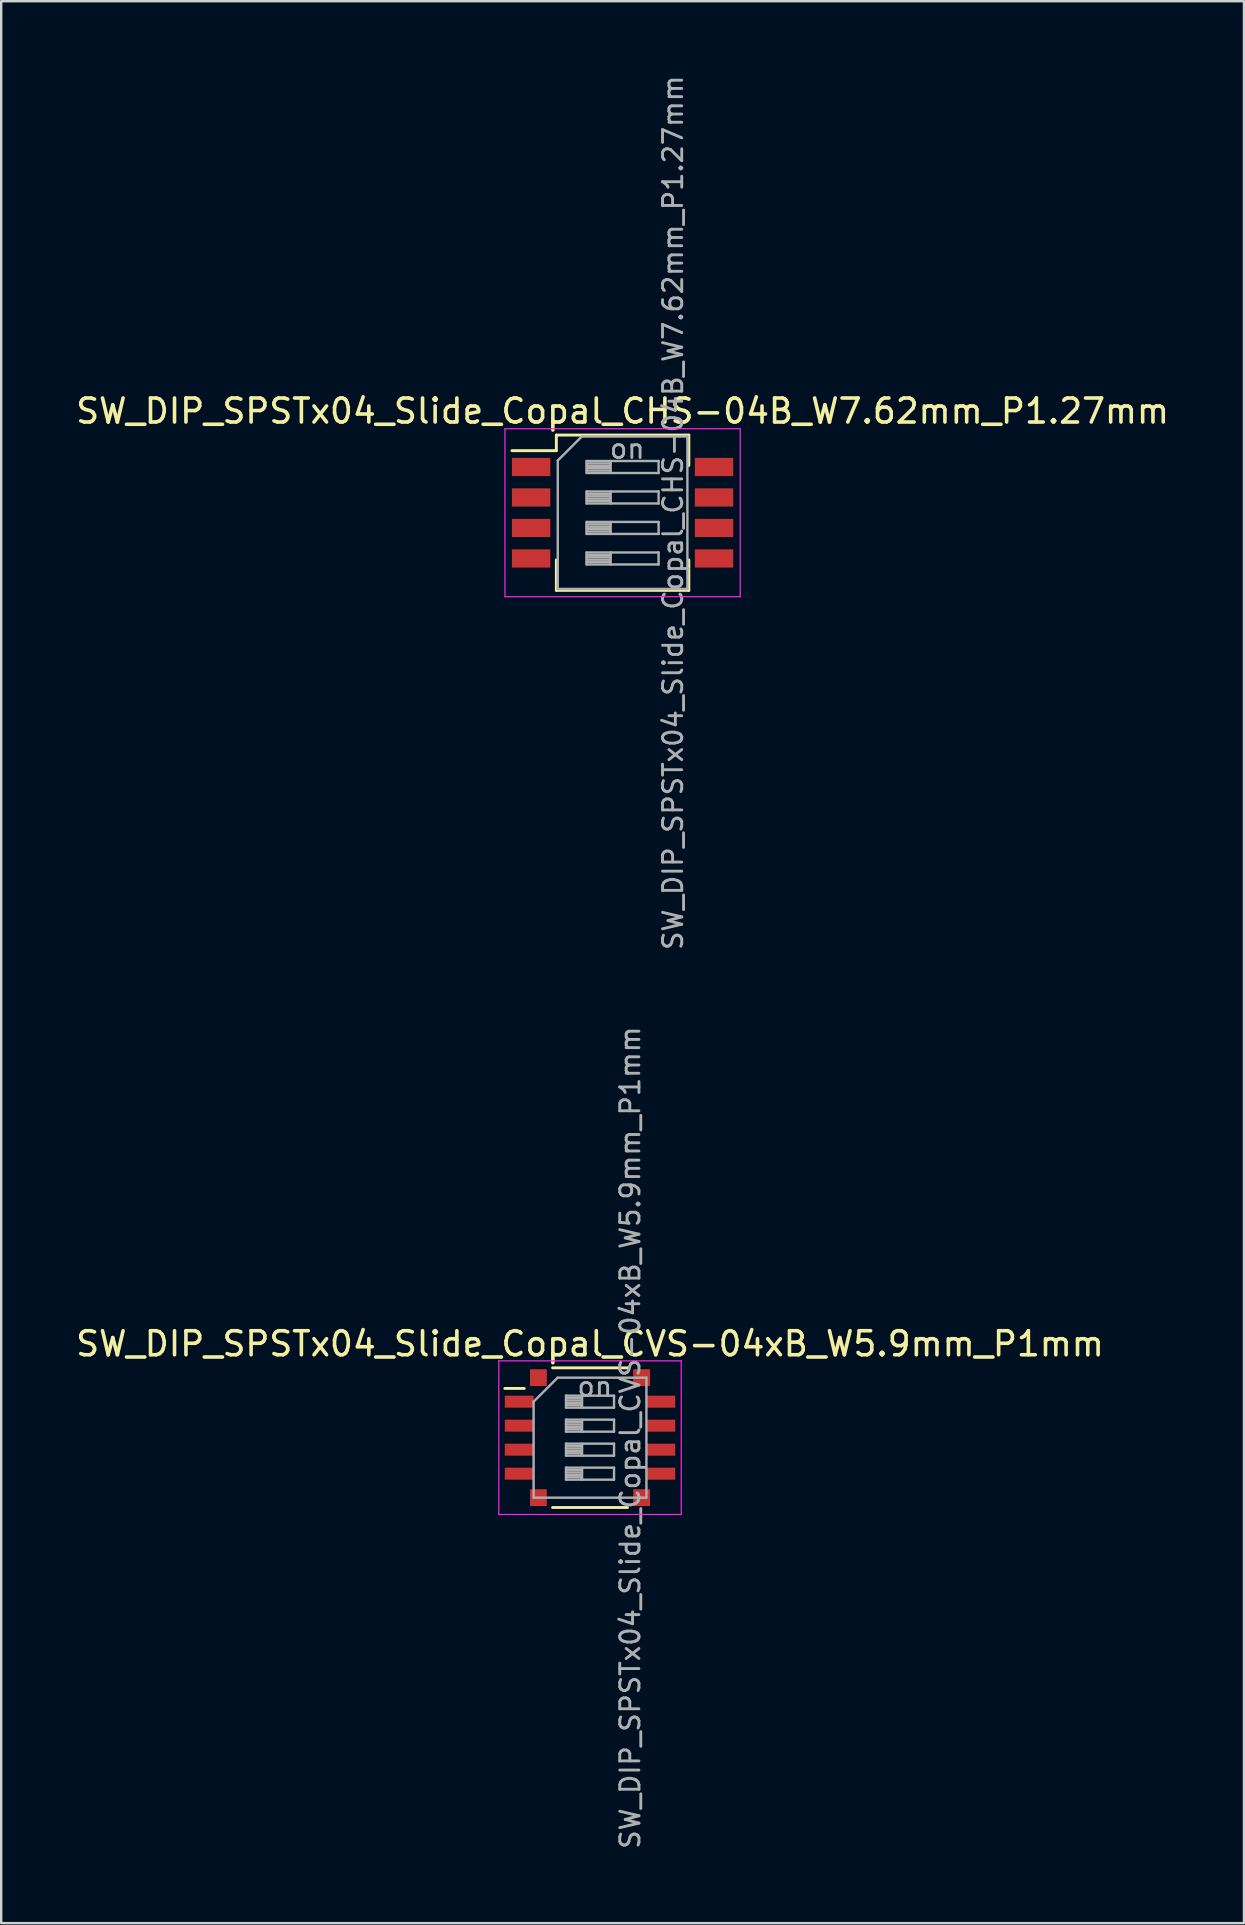
<source format=kicad_pcb>
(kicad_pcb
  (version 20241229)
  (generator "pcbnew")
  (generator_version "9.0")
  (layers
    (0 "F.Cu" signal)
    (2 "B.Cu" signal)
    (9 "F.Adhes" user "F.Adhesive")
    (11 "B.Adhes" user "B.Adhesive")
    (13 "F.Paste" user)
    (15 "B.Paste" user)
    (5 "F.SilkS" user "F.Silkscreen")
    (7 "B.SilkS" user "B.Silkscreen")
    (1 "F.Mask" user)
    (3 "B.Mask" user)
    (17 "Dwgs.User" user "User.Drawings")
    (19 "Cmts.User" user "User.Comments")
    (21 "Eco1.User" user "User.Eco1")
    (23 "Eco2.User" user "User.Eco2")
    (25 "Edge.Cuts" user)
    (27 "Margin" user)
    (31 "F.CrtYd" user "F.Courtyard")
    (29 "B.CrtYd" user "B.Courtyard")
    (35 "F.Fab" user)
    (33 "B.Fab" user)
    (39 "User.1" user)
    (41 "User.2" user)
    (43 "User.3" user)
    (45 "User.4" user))
  (footprint "SW_DIP_SPSTx04_Slide_Copal_CHS-04B_W7.62mm_P1.27mm"
    (layer "F.Cu")
    (at 22.887 18.31)
    (property "Reference" "SW_DIP_SPSTx04_Slide_Copal_CHS-04B_W7.62mm_P1.27mm" (at 0 -4.235 0) (layer "F.SilkS") (effects (font (size 1 1) (thickness 0.15))))
    (attr smd)
    (fp_line (start -4.61 -2.585) (end -2.76 -2.585) (stroke (width 0.12) (type solid)) (layer "F.SilkS"))
    (fp_line (start -2.76 -3.235) (end -2.76 -2.585) (stroke (width 0.12) (type solid)) (layer "F.SilkS"))
    (fp_line (start -2.76 -3.235) (end 2.76 -3.235) (stroke (width 0.12) (type solid)) (layer "F.SilkS"))
    (fp_line (start -2.76 1.965) (end -2.76 3.235) (stroke (width 0.12) (type solid)) (layer "F.SilkS"))
    (fp_line (start -2.76 3.235) (end 2.76 3.235) (stroke (width 0.12) (type solid)) (layer "F.SilkS"))
    (fp_line (start 2.76 -3.235) (end 2.76 -1.966) (stroke (width 0.12) (type solid)) (layer "F.SilkS"))
    (fp_line (start 2.76 1.965) (end 2.76 3.235) (stroke (width 0.12) (type solid)) (layer "F.SilkS"))
    (fp_line (start -4.9 -3.5) (end -4.9 3.5) (stroke (width 0.05) (type solid)) (layer "F.CrtYd"))
    (fp_line (start -4.9 3.5) (end 4.9 3.5) (stroke (width 0.05) (type solid)) (layer "F.CrtYd"))
    (fp_line (start 4.9 -3.5) (end -4.9 -3.5) (stroke (width 0.05) (type solid)) (layer "F.CrtYd"))
    (fp_line (start 4.9 3.5) (end 4.9 -3.5) (stroke (width 0.05) (type solid)) (layer "F.CrtYd"))
    (fp_line (start -2.7 -2.175) (end -1.7 -3.175) (stroke (width 0.1) (type solid)) (layer "F.Fab"))
    (fp_line (start -2.7 3.175) (end -2.7 -2.175) (stroke (width 0.1) (type solid)) (layer "F.Fab"))
    (fp_line (start -1.7 -3.175) (end 2.7 -3.175) (stroke (width 0.1) (type solid)) (layer "F.Fab"))
    (fp_line (start -1.5 -2.155) (end -1.5 -1.655) (stroke (width 0.1) (type solid)) (layer "F.Fab"))
    (fp_line (start -1.5 -2.055) (end -0.5 -2.055) (stroke (width 0.1) (type solid)) (layer "F.Fab"))
    (fp_line (start -1.5 -1.955) (end -0.5 -1.955) (stroke (width 0.1) (type solid)) (layer "F.Fab"))
    (fp_line (start -1.5 -1.855) (end -0.5 -1.855) (stroke (width 0.1) (type solid)) (layer "F.Fab"))
    (fp_line (start -1.5 -1.755) (end -0.5 -1.755) (stroke (width 0.1) (type solid)) (layer "F.Fab"))
    (fp_line (start -1.5 -1.655) (end 1.5 -1.655) (stroke (width 0.1) (type solid)) (layer "F.Fab"))
    (fp_line (start -1.5 -0.885) (end -1.5 -0.385) (stroke (width 0.1) (type solid)) (layer "F.Fab"))
    (fp_line (start -1.5 -0.785) (end -0.5 -0.785) (stroke (width 0.1) (type solid)) (layer "F.Fab"))
    (fp_line (start -1.5 -0.685) (end -0.5 -0.685) (stroke (width 0.1) (type solid)) (layer "F.Fab"))
    (fp_line (start -1.5 -0.585) (end -0.5 -0.585) (stroke (width 0.1) (type solid)) (layer "F.Fab"))
    (fp_line (start -1.5 -0.485) (end -0.5 -0.485) (stroke (width 0.1) (type solid)) (layer "F.Fab"))
    (fp_line (start -1.5 -0.385) (end 1.5 -0.385) (stroke (width 0.1) (type solid)) (layer "F.Fab"))
    (fp_line (start -1.5 0.385) (end -1.5 0.885) (stroke (width 0.1) (type solid)) (layer "F.Fab"))
    (fp_line (start -1.5 0.485) (end -0.5 0.485) (stroke (width 0.1) (type solid)) (layer "F.Fab"))
    (fp_line (start -1.5 0.585) (end -0.5 0.585) (stroke (width 0.1) (type solid)) (layer "F.Fab"))
    (fp_line (start -1.5 0.685) (end -0.5 0.685) (stroke (width 0.1) (type solid)) (layer "F.Fab"))
    (fp_line (start -1.5 0.785) (end -0.5 0.785) (stroke (width 0.1) (type solid)) (layer "F.Fab"))
    (fp_line (start -1.5 0.885) (end 1.5 0.885) (stroke (width 0.1) (type solid)) (layer "F.Fab"))
    (fp_line (start -1.5 1.655) (end -1.5 2.155) (stroke (width 0.1) (type solid)) (layer "F.Fab"))
    (fp_line (start -1.5 1.755) (end -0.5 1.755) (stroke (width 0.1) (type solid)) (layer "F.Fab"))
    (fp_line (start -1.5 1.855) (end -0.5 1.855) (stroke (width 0.1) (type solid)) (layer "F.Fab"))
    (fp_line (start -1.5 1.955) (end -0.5 1.955) (stroke (width 0.1) (type solid)) (layer "F.Fab"))
    (fp_line (start -1.5 2.055) (end -0.5 2.055) (stroke (width 0.1) (type solid)) (layer "F.Fab"))
    (fp_line (start -1.5 2.155) (end 1.5 2.155) (stroke (width 0.1) (type solid)) (layer "F.Fab"))
    (fp_line (start -0.5 -2.155) (end -0.5 -1.655) (stroke (width 0.1) (type solid)) (layer "F.Fab"))
    (fp_line (start -0.5 -0.885) (end -0.5 -0.385) (stroke (width 0.1) (type solid)) (layer "F.Fab"))
    (fp_line (start -0.5 0.385) (end -0.5 0.885) (stroke (width 0.1) (type solid)) (layer "F.Fab"))
    (fp_line (start -0.5 1.655) (end -0.5 2.155) (stroke (width 0.1) (type solid)) (layer "F.Fab"))
    (fp_line (start 1.5 -2.155) (end -1.5 -2.155) (stroke (width 0.1) (type solid)) (layer "F.Fab"))
    (fp_line (start 1.5 -1.655) (end 1.5 -2.155) (stroke (width 0.1) (type solid)) (layer "F.Fab"))
    (fp_line (start 1.5 -0.885) (end -1.5 -0.885) (stroke (width 0.1) (type solid)) (layer "F.Fab"))
    (fp_line (start 1.5 -0.385) (end 1.5 -0.885) (stroke (width 0.1) (type solid)) (layer "F.Fab"))
    (fp_line (start 1.5 0.385) (end -1.5 0.385) (stroke (width 0.1) (type solid)) (layer "F.Fab"))
    (fp_line (start 1.5 0.885) (end 1.5 0.385) (stroke (width 0.1) (type solid)) (layer "F.Fab"))
    (fp_line (start 1.5 1.655) (end -1.5 1.655) (stroke (width 0.1) (type solid)) (layer "F.Fab"))
    (fp_line (start 1.5 2.155) (end 1.5 1.655) (stroke (width 0.1) (type solid)) (layer "F.Fab"))
    (fp_line (start 2.7 -3.175) (end 2.7 3.175) (stroke (width 0.1) (type solid)) (layer "F.Fab"))
    (fp_line (start 2.7 3.175) (end -2.7 3.175) (stroke (width 0.1) (type solid)) (layer "F.Fab"))
    (fp_text user "${REFERENCE}" (at 2.1 0 90) (layer "F.Fab") (effects (font (size 0.8 0.8) (thickness 0.12))))
    (fp_text user "on" (at 0.195 -2.665 0) (layer "F.Fab") (effects (font (size 0.8 0.8) (thickness 0.12))))
    (pad "1" smd rect (at -3.81 -1.905) (size 1.6 0.76) (layers "F.Cu" "F.Mask" "F.Paste"))
    (pad "2" smd rect (at -3.81 -0.635) (size 1.6 0.76) (layers "F.Cu" "F.Mask" "F.Paste"))
    (pad "3" smd rect (at -3.81 0.635) (size 1.6 0.76) (layers "F.Cu" "F.Mask" "F.Paste"))
    (pad "4" smd rect (at -3.81 1.905) (size 1.6 0.76) (layers "F.Cu" "F.Mask" "F.Paste"))
    (pad "5" smd rect (at 3.81 1.905) (size 1.6 0.76) (layers "F.Cu" "F.Mask" "F.Paste"))
    (pad "6" smd rect (at 3.81 0.635) (size 1.6 0.76) (layers "F.Cu" "F.Mask" "F.Paste"))
    (pad "7" smd rect (at 3.81 -0.635) (size 1.6 0.76) (layers "F.Cu" "F.Mask" "F.Paste"))
    (pad "8" smd rect (at 3.81 -1.905) (size 1.6 0.76) (layers "F.Cu" "F.Mask" "F.Paste")))
  (footprint "SW_DIP_SPSTx04_Slide_Copal_CVS-04xB_W5.9mm_P1mm"
    (layer "F.Cu")
    (at 21.53 56.843)
    (property "Reference" "SW_DIP_SPSTx04_Slide_Copal_CVS-04xB_W5.9mm_P1mm" (at 0 -3.91 0) (layer "F.SilkS") (effects (font (size 1 1) (thickness 0.15))))
    (attr smd)
    (fp_line (start -3.55 -2.05) (end -2.739 -2.05) (stroke (width 0.12) (type solid)) (layer "F.SilkS"))
    (fp_line (start -1.56 -2.91) (end 1.561 -2.91) (stroke (width 0.12) (type solid)) (layer "F.SilkS"))
    (fp_line (start -1.56 2.91) (end 1.561 2.91) (stroke (width 0.12) (type solid)) (layer "F.SilkS"))
    (fp_line (start -3.8 -3.2) (end -3.8 3.2) (stroke (width 0.05) (type solid)) (layer "F.CrtYd"))
    (fp_line (start -3.8 3.2) (end 3.8 3.2) (stroke (width 0.05) (type solid)) (layer "F.CrtYd"))
    (fp_line (start 3.8 -3.2) (end -3.8 -3.2) (stroke (width 0.05) (type solid)) (layer "F.CrtYd"))
    (fp_line (start 3.8 3.2) (end 3.8 -3.2) (stroke (width 0.05) (type solid)) (layer "F.CrtYd"))
    (fp_line (start -2.35 -1.5) (end -1.35 -2.5) (stroke (width 0.1) (type solid)) (layer "F.Fab"))
    (fp_line (start -2.35 2.5) (end -2.35 -1.5) (stroke (width 0.1) (type solid)) (layer "F.Fab"))
    (fp_line (start -1.35 -2.5) (end 2.35 -2.5) (stroke (width 0.1) (type solid)) (layer "F.Fab"))
    (fp_line (start -1 -1.75) (end -1 -1.25) (stroke (width 0.1) (type solid)) (layer "F.Fab"))
    (fp_line (start -1 -1.65) (end -0.333 -1.65) (stroke (width 0.1) (type solid)) (layer "F.Fab"))
    (fp_line (start -1 -1.55) (end -0.333 -1.55) (stroke (width 0.1) (type solid)) (layer "F.Fab"))
    (fp_line (start -1 -1.45) (end -0.333 -1.45) (stroke (width 0.1) (type solid)) (layer "F.Fab"))
    (fp_line (start -1 -1.35) (end -0.333 -1.35) (stroke (width 0.1) (type solid)) (layer "F.Fab"))
    (fp_line (start -1 -1.25) (end 1 -1.25) (stroke (width 0.1) (type solid)) (layer "F.Fab"))
    (fp_line (start -1 -0.75) (end -1 -0.25) (stroke (width 0.1) (type solid)) (layer "F.Fab"))
    (fp_line (start -1 -0.65) (end -0.333 -0.65) (stroke (width 0.1) (type solid)) (layer "F.Fab"))
    (fp_line (start -1 -0.55) (end -0.333 -0.55) (stroke (width 0.1) (type solid)) (layer "F.Fab"))
    (fp_line (start -1 -0.45) (end -0.333 -0.45) (stroke (width 0.1) (type solid)) (layer "F.Fab"))
    (fp_line (start -1 -0.35) (end -0.333 -0.35) (stroke (width 0.1) (type solid)) (layer "F.Fab"))
    (fp_line (start -1 -0.25) (end 1 -0.25) (stroke (width 0.1) (type solid)) (layer "F.Fab"))
    (fp_line (start -1 0.25) (end -1 0.75) (stroke (width 0.1) (type solid)) (layer "F.Fab"))
    (fp_line (start -1 0.35) (end -0.333 0.35) (stroke (width 0.1) (type solid)) (layer "F.Fab"))
    (fp_line (start -1 0.45) (end -0.333 0.45) (stroke (width 0.1) (type solid)) (layer "F.Fab"))
    (fp_line (start -1 0.55) (end -0.333 0.55) (stroke (width 0.1) (type solid)) (layer "F.Fab"))
    (fp_line (start -1 0.65) (end -0.333 0.65) (stroke (width 0.1) (type solid)) (layer "F.Fab"))
    (fp_line (start -1 0.75) (end 1 0.75) (stroke (width 0.1) (type solid)) (layer "F.Fab"))
    (fp_line (start -1 1.25) (end -1 1.75) (stroke (width 0.1) (type solid)) (layer "F.Fab"))
    (fp_line (start -1 1.35) (end -0.333 1.35) (stroke (width 0.1) (type solid)) (layer "F.Fab"))
    (fp_line (start -1 1.45) (end -0.333 1.45) (stroke (width 0.1) (type solid)) (layer "F.Fab"))
    (fp_line (start -1 1.55) (end -0.333 1.55) (stroke (width 0.1) (type solid)) (layer "F.Fab"))
    (fp_line (start -1 1.65) (end -0.333 1.65) (stroke (width 0.1) (type solid)) (layer "F.Fab"))
    (fp_line (start -1 1.75) (end 1 1.75) (stroke (width 0.1) (type solid)) (layer "F.Fab"))
    (fp_line (start -0.333 -1.75) (end -0.333 -1.25) (stroke (width 0.1) (type solid)) (layer "F.Fab"))
    (fp_line (start -0.333 -0.75) (end -0.333 -0.25) (stroke (width 0.1) (type solid)) (layer "F.Fab"))
    (fp_line (start -0.333 0.25) (end -0.333 0.75) (stroke (width 0.1) (type solid)) (layer "F.Fab"))
    (fp_line (start -0.333 1.25) (end -0.333 1.75) (stroke (width 0.1) (type solid)) (layer "F.Fab"))
    (fp_line (start 1 -1.75) (end -1 -1.75) (stroke (width 0.1) (type solid)) (layer "F.Fab"))
    (fp_line (start 1 -1.25) (end 1 -1.75) (stroke (width 0.1) (type solid)) (layer "F.Fab"))
    (fp_line (start 1 -0.75) (end -1 -0.75) (stroke (width 0.1) (type solid)) (layer "F.Fab"))
    (fp_line (start 1 -0.25) (end 1 -0.75) (stroke (width 0.1) (type solid)) (layer "F.Fab"))
    (fp_line (start 1 0.25) (end -1 0.25) (stroke (width 0.1) (type solid)) (layer "F.Fab"))
    (fp_line (start 1 0.75) (end 1 0.25) (stroke (width 0.1) (type solid)) (layer "F.Fab"))
    (fp_line (start 1 1.25) (end -1 1.25) (stroke (width 0.1) (type solid)) (layer "F.Fab"))
    (fp_line (start 1 1.75) (end 1 1.25) (stroke (width 0.1) (type solid)) (layer "F.Fab"))
    (fp_line (start 2.35 -2.5) (end 2.35 2.5) (stroke (width 0.1) (type solid)) (layer "F.Fab"))
    (fp_line (start 2.35 2.5) (end -2.35 2.5) (stroke (width 0.1) (type solid)) (layer "F.Fab"))
    (fp_text user "${REFERENCE}" (at 1.675 0 90) (layer "F.Fab") (effects (font (size 0.8 0.8) (thickness 0.12))))
    (fp_text user "on" (at 0.2 -2.125 0) (layer "F.Fab") (effects (font (size 0.8 0.8) (thickness 0.12))))
    (pad "1" smd rect (at -2.95 -1.5) (size 1.2 0.5) (layers "F.Cu" "F.Mask" "F.Paste"))
    (pad "2" smd rect (at -2.95 -0.5) (size 1.2 0.5) (layers "F.Cu" "F.Mask" "F.Paste"))
    (pad "3" smd rect (at -2.95 0.5) (size 1.2 0.5) (layers "F.Cu" "F.Mask" "F.Paste"))
    (pad "4" smd rect (at -2.95 1.5) (size 1.2 0.5) (layers "F.Cu" "F.Mask" "F.Paste"))
    (pad "5" smd rect (at 2.95 1.5) (size 1.2 0.5) (layers "F.Cu" "F.Mask" "F.Paste"))
    (pad "6" smd rect (at 2.95 0.5) (size 1.2 0.5) (layers "F.Cu" "F.Mask" "F.Paste"))
    (pad "7" smd rect (at 2.95 -0.5) (size 1.2 0.5) (layers "F.Cu" "F.Mask" "F.Paste"))
    (pad "8" smd rect (at 2.95 -1.5) (size 1.2 0.5) (layers "F.Cu" "F.Mask" "F.Paste"))
    (pad "9" smd rect (at -2.15 -2.5) (size 0.7 0.7) (layers "F.Cu" "F.Mask" "F.Paste"))
    (pad "9" smd rect (at -2.15 2.5) (size 0.7 0.7) (layers "F.Cu" "F.Mask" "F.Paste"))
    (pad "9" smd rect (at 2.15 -2.5) (size 0.7 0.7) (layers "F.Cu" "F.Mask" "F.Paste"))
    (pad "9" smd rect (at 2.15 2.5) (size 0.7 0.7) (layers "F.Cu" "F.Mask" "F.Paste")))
  (gr_rect
    (start -3 -3)
    (end 48.774 77.067)
    (stroke (width 0.1) (type default))
    (fill no)
    (layer "Edge.Cuts")))
</source>
